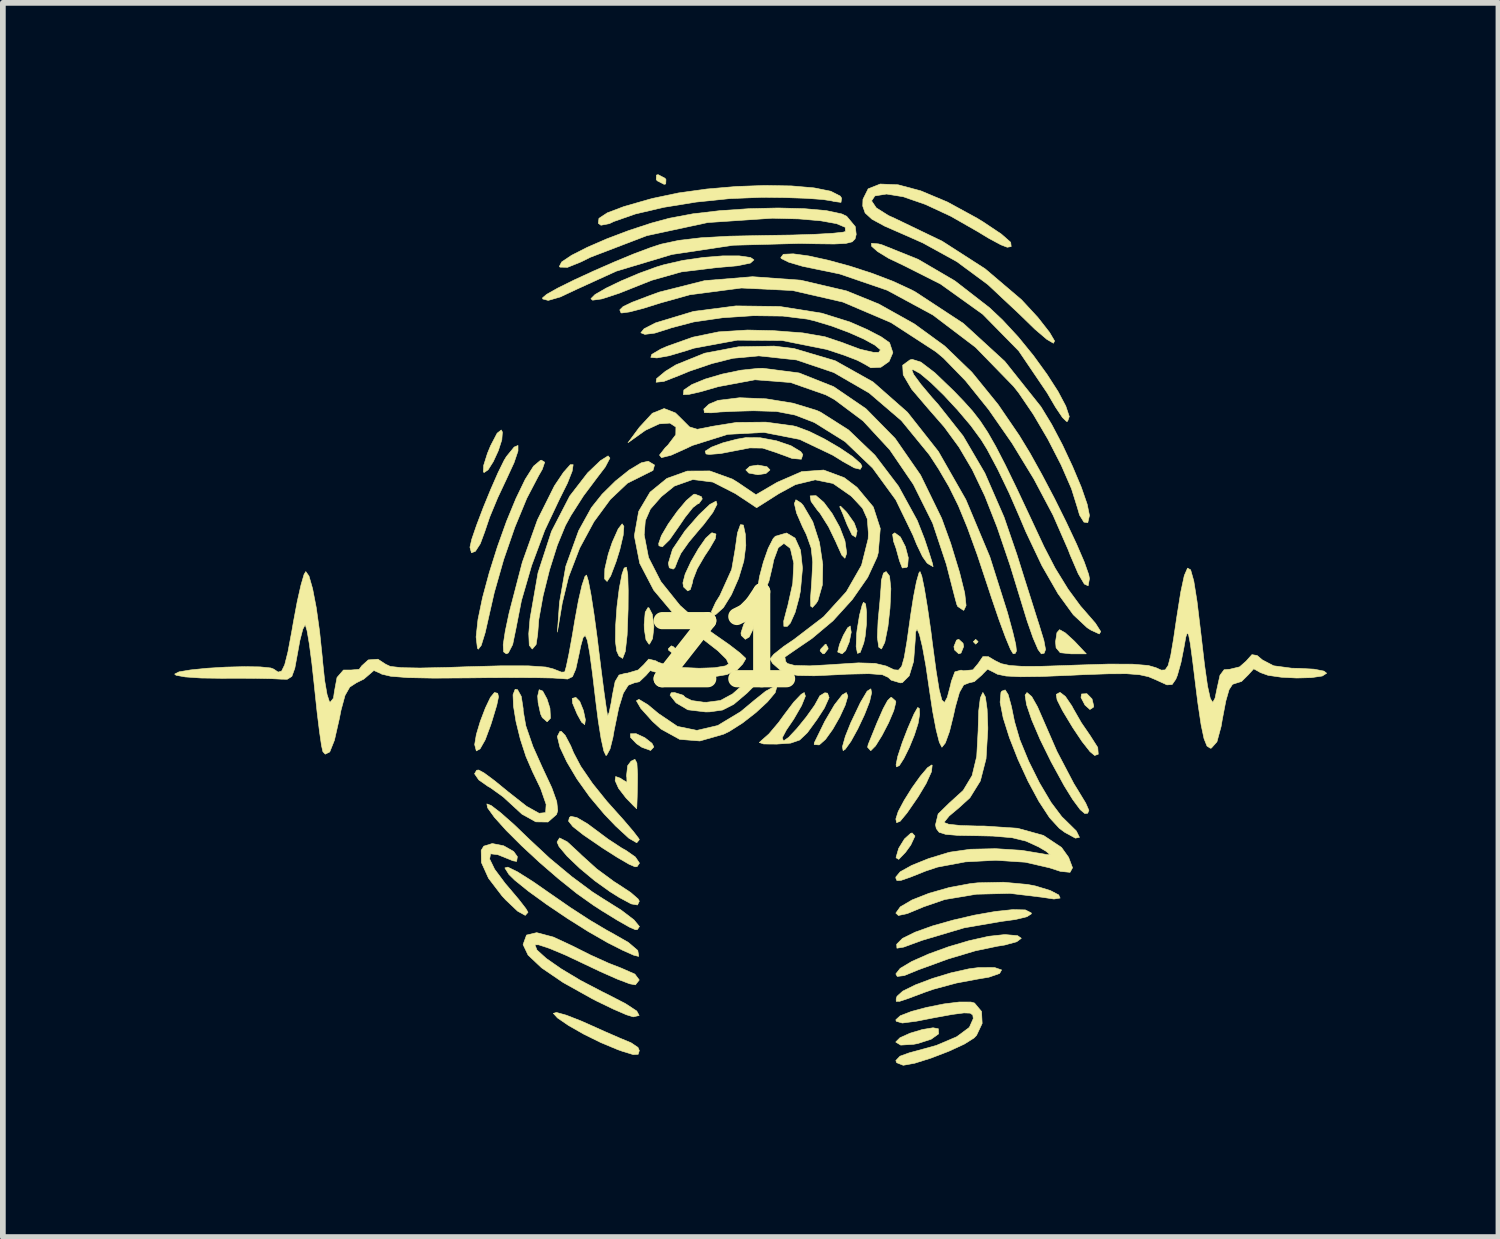
<source format=kicad_pcb>
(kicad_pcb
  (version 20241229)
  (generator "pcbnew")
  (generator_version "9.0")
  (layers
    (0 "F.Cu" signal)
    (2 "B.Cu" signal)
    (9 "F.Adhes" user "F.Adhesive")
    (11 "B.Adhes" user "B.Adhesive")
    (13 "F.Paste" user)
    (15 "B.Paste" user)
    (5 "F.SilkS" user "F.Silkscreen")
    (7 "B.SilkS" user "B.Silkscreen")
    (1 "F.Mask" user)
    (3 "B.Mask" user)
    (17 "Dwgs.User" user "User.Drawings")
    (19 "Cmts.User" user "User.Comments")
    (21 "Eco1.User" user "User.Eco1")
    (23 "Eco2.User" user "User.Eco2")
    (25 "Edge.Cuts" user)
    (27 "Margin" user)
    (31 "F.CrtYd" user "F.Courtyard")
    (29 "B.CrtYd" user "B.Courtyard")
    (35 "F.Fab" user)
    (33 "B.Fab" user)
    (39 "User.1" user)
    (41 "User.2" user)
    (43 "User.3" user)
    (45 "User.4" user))
  (footprint "z1"
    (layer "F.Cu")
    (at 9.657 8.133)
    (property "Reference" "z1" (at 0 0 0) (layer "F.SilkS") (effects (font (size 1.524 1.524) (thickness 0.3))))
    (attr through_hole)
    (fp_poly (pts (xy 4.403 0.042) (xy 4.36 0.085) (xy 4.318 0.042) (xy 4.36 0) (xy 4.403 0.042)) (stroke (width 0.01) (type solid)) (fill yes) (layer "F.SilkS"))
    (fp_poly (pts (xy -1.076 -8.066) (xy -1.058 -8.043) (xy -1.062 -7.965) (xy -1.091 -7.959) (xy -1.21 -8.02) (xy -1.228 -8.043) (xy -1.224 -8.121) (xy -1.195 -8.128) (xy -1.076 -8.066)) (stroke (width 0.01) (type solid)) (fill yes) (layer "F.SilkS"))
    (fp_poly (pts (xy -0.931 0.127) (xy -0.851 0.203) (xy -0.847 0.217) (xy -0.912 0.253) (xy -0.931 0.254) (xy -1.013 0.189) (xy -1.016 0.164) (xy -0.964 0.114) (xy -0.931 0.127)) (stroke (width 0.01) (type solid)) (fill yes) (layer "F.SilkS"))
    (fp_poly (pts (xy 0.709 -3.019) (xy 0.762 -2.963) (xy 0.69 -2.9) (xy 0.55 -2.879) (xy 0.391 -2.908) (xy 0.339 -2.963) (xy 0.411 -3.027) (xy 0.55 -3.048) (xy 0.709 -3.019)) (stroke (width 0.01) (type solid)) (fill yes) (layer "F.SilkS"))
    (fp_poly (pts (xy 1.777 0.15) (xy 1.778 0.169) (xy 1.713 0.251) (xy 1.688 0.254) (xy 1.638 0.202) (xy 1.651 0.169) (xy 1.727 0.089) (xy 1.741 0.085) (xy 1.777 0.15)) (stroke (width 0.01) (type solid)) (fill yes) (layer "F.SilkS"))
    (fp_poly (pts (xy 4.139 0.069) (xy 4.149 0.127) (xy 4.103 0.24) (xy 4.064 0.254) (xy 3.989 0.185) (xy 3.979 0.127) (xy 4.025 0.014) (xy 4.064 0) (xy 4.139 0.069)) (stroke (width 0.01) (type solid)) (fill yes) (layer "F.SilkS"))
    (fp_poly (pts (xy 6.395 1.043) (xy 6.425 1.168) (xy 6.42 1.187) (xy 6.358 1.228) (xy 6.271 1.15) (xy 6.202 1.017) (xy 6.212 0.956) (xy 6.305 0.951) (xy 6.395 1.043)) (stroke (width 0.01) (type solid)) (fill yes) (layer "F.SilkS"))
    (fp_poly (pts (xy -1.428 1.721) (xy -1.302 1.82) (xy -1.27 1.883) (xy -1.326 1.944) (xy -1.477 1.89) (xy -1.571 1.827) (xy -1.677 1.717) (xy -1.68 1.652) (xy -1.579 1.651) (xy -1.428 1.721)) (stroke (width 0.01) (type solid)) (fill yes) (layer "F.SilkS"))
    (fp_poly (pts (xy -3.214 0.905) (xy -3.139 1.043) (xy -3.087 1.206) (xy -3.078 1.381) (xy -3.136 1.443) (xy -3.221 1.369) (xy -3.251 1.305) (xy -3.294 1.108) (xy -3.302 0.992) (xy -3.276 0.881) (xy -3.214 0.905)) (stroke (width 0.01) (type solid)) (fill yes) (layer "F.SilkS"))
    (fp_poly (pts (xy -2.566 1.086) (xy -2.502 1.244) (xy -2.467 1.408) (xy -2.48 1.492) (xy -2.533 1.45) (xy -2.611 1.309) (xy -2.691 1.118) (xy -2.698 1.034) (xy -2.634 1.016) (xy -2.634 1.016) (xy -2.566 1.086)) (stroke (width 0.01) (type solid)) (fill yes) (layer "F.SilkS"))
    (fp_poly (pts (xy 0.502 -0.461) (xy 0.505 -0.409) (xy 0.476 -0.197) (xy 0.399 -0.041) (xy 0.33 0) (xy 0.26 -0.067) (xy 0.254 -0.111) (xy 0.302 -0.261) (xy 0.378 -0.386) (xy 0.471 -0.492) (xy 0.502 -0.461)) (stroke (width 0.01) (type solid)) (fill yes) (layer "F.SilkS"))
    (fp_poly (pts (xy 2.091 -2.235) (xy 2.11 -2.213) (xy 2.235 -2.036) (xy 2.286 -1.896) (xy 2.261 -1.786) (xy 2.197 -1.826) (xy 2.112 -2.002) (xy 2.033 -2.201) (xy 1.981 -2.319) (xy 1.995 -2.33) (xy 2.091 -2.235)) (stroke (width 0.01) (type solid)) (fill yes) (layer "F.SilkS"))
    (fp_poly (pts (xy 2.183 -0.124) (xy 2.148 0.047) (xy 2.084 0.199) (xy 2.023 0.254) (xy 1.948 0.223) (xy 1.947 0.217) (xy 1.977 0.091) (xy 2.045 -0.07) (xy 2.119 -0.2) (xy 2.165 -0.233) (xy 2.183 -0.124)) (stroke (width 0.01) (type solid)) (fill yes) (layer "F.SilkS"))
    (fp_poly (pts (xy 3.298 3.441) (xy 3.224 3.599) (xy 3.133 3.725) (xy 3.014 3.849) (xy 2.968 3.822) (xy 2.968 3.81) (xy 3.013 3.656) (xy 3.114 3.492) (xy 3.223 3.393) (xy 3.248 3.387) (xy 3.298 3.441)) (stroke (width 0.01) (type solid)) (fill yes) (layer "F.SilkS"))
    (fp_poly (pts (xy 5.927 -0.113) (xy 6.078 0.024) (xy 6.096 0.042) (xy 6.295 0.254) (xy 6.026 0.254) (xy 5.838 0.234) (xy 5.766 0.148) (xy 5.757 0.042) (xy 5.781 -0.117) (xy 5.827 -0.169) (xy 5.927 -0.113)) (stroke (width 0.01) (type solid)) (fill yes) (layer "F.SilkS"))
    (fp_poly (pts (xy 3.043 -1.79) (xy 3.13 -1.621) (xy 3.181 -1.427) (xy 3.17 -1.279) (xy 3.156 -1.259) (xy 3.076 -1.248) (xy 3.028 -1.37) (xy 2.966 -1.594) (xy 2.923 -1.714) (xy 2.907 -1.836) (xy 2.944 -1.863) (xy 3.043 -1.79)) (stroke (width 0.01) (type solid)) (fill yes) (layer "F.SilkS"))
    (fp_poly (pts (xy -3.919 -3.625) (xy -3.929 -3.489) (xy -3.99 -3.3) (xy -4.078 -3.109) (xy -4.169 -2.965) (xy -4.239 -2.917) (xy -4.252 -2.929) (xy -4.246 -3.045) (xy -4.18 -3.254) (xy -4.125 -3.387) (xy -4.011 -3.605) (xy -3.939 -3.662) (xy -3.919 -3.625)) (stroke (width 0.01) (type solid)) (fill yes) (layer "F.SilkS"))
    (fp_poly (pts (xy -1.355 -0.55) (xy -1.297 -0.438) (xy -1.27 -0.233) (xy -1.27 -0.207) (xy -1.292 -0.013) (xy -1.345 0.083) (xy -1.355 0.085) (xy -1.407 0.009) (xy -1.437 -0.179) (xy -1.439 -0.259) (xy -1.421 -0.474) (xy -1.373 -0.555) (xy -1.355 -0.55)) (stroke (width 0.01) (type solid)) (fill yes) (layer "F.SilkS"))
    (fp_poly (pts (xy 3.707 6.812) (xy 3.711 6.902) (xy 3.581 6.995) (xy 3.349 7.07) (xy 3.274 7.084) (xy 3.049 7.098) (xy 2.964 7.047) (xy 2.963 7.042) (xy 3.036 6.969) (xy 3.212 6.89) (xy 3.426 6.826) (xy 3.614 6.795) (xy 3.707 6.812)) (stroke (width 0.01) (type solid)) (fill yes) (layer "F.SilkS"))
    (fp_poly (pts (xy -1.794 -1.976) (xy -1.806 -1.82) (xy -1.865 -1.568) (xy -1.93 -1.359) (xy -2.025 -1.109) (xy -2.088 -1.012) (xy -2.129 -1.054) (xy -2.132 -1.065) (xy -2.127 -1.233) (xy -2.067 -1.491) (xy -1.998 -1.696) (xy -1.893 -1.932) (xy -1.824 -2.02) (xy -1.794 -1.976)) (stroke (width 0.01) (type solid)) (fill yes) (layer "F.SilkS"))
    (fp_poly (pts (xy 2.124 0.994) (xy 2.078 1.151) (xy 1.982 1.359) (xy 1.86 1.573) (xy 1.733 1.75) (xy 1.627 1.844) (xy 1.619 1.847) (xy 1.535 1.841) (xy 1.537 1.81) (xy 1.721 1.434) (xy 1.89 1.146) (xy 2.026 0.972) (xy 2.097 0.931) (xy 2.124 0.994)) (stroke (width 0.01) (type solid)) (fill yes) (layer "F.SilkS"))
    (fp_poly (pts (xy 2.434 -0.619) (xy 2.451 -0.474) (xy 2.449 -0.267) (xy 2.426 -0.05) (xy 2.402 0.064) (xy 2.34 0.23) (xy 2.292 0.246) (xy 2.269 0.129) (xy 2.278 -0.102) (xy 2.286 -0.168) (xy 2.328 -0.423) (xy 2.375 -0.602) (xy 2.398 -0.648) (xy 2.434 -0.619)) (stroke (width 0.01) (type solid)) (fill yes) (layer "F.SilkS"))
    (fp_poly (pts (xy 2.539 0.936) (xy 2.504 1.091) (xy 2.415 1.318) (xy 2.298 1.566) (xy 2.178 1.784) (xy 2.078 1.923) (xy 2.041 1.947) (xy 2.029 1.878) (xy 2.08 1.697) (xy 2.175 1.46) (xy 2.344 1.105) (xy 2.461 0.907) (xy 2.526 0.866) (xy 2.539 0.936)) (stroke (width 0.01) (type solid)) (fill yes) (layer "F.SilkS"))
    (fp_poly (pts (xy 3.374 1.21) (xy 3.379 1.312) (xy 3.353 1.47) (xy 3.287 1.676) (xy 3.198 1.894) (xy 3.104 2.084) (xy 3.024 2.209) (xy 2.975 2.231) (xy 2.967 2.195) (xy 2.996 2.05) (xy 3.076 1.806) (xy 3.171 1.56) (xy 3.282 1.304) (xy 3.346 1.192) (xy 3.374 1.21)) (stroke (width 0.01) (type solid)) (fill yes) (layer "F.SilkS"))
    (fp_poly (pts (xy 3.599 2.203) (xy 3.586 2.317) (xy 3.493 2.522) (xy 3.352 2.757) (xy 3.159 3.037) (xy 3.038 3.183) (xy 2.977 3.207) (xy 2.963 3.143) (xy 3.004 3.014) (xy 3.108 2.819) (xy 3.246 2.598) (xy 3.392 2.394) (xy 3.517 2.246) (xy 3.592 2.197) (xy 3.599 2.203)) (stroke (width 0.01) (type solid)) (fill yes) (layer "F.SilkS"))
    (fp_poly (pts (xy -1.726 -1.133) (xy -1.718 -0.851) (xy -1.72 -0.529) (xy -1.737 -0.075) (xy -1.769 0.212) (xy -1.816 0.334) (xy -1.88 0.292) (xy -1.919 0.205) (xy -1.942 0.035) (xy -1.938 -0.243) (xy -1.915 -0.571) (xy -1.875 -0.89) (xy -1.826 -1.142) (xy -1.789 -1.247) (xy -1.75 -1.262) (xy -1.726 -1.133)) (stroke (width 0.01) (type solid)) (fill yes) (layer "F.SilkS"))
    (fp_poly (pts (xy 2.853 -1.106) (xy 2.876 -0.885) (xy 2.861 -0.546) (xy 2.825 -0.223) (xy 2.77 0.052) (xy 2.712 0.169) (xy 2.664 0.137) (xy 2.64 -0.034) (xy 2.653 -0.333) (xy 2.655 -0.351) (xy 2.684 -0.655) (xy 2.704 -0.908) (xy 2.709 -1.028) (xy 2.747 -1.159) (xy 2.794 -1.185) (xy 2.853 -1.106)) (stroke (width 0.01) (type solid)) (fill yes) (layer "F.SilkS"))
    (fp_poly (pts (xy 2.961 1.081) (xy 2.963 1.102) (xy 2.927 1.247) (xy 2.837 1.459) (xy 2.721 1.682) (xy 2.609 1.863) (xy 2.527 1.946) (xy 2.522 1.947) (xy 2.469 1.888) (xy 2.479 1.841) (xy 2.634 1.459) (xy 2.743 1.211) (xy 2.818 1.073) (xy 2.872 1.019) (xy 2.888 1.016) (xy 2.961 1.081)) (stroke (width 0.01) (type solid)) (fill yes) (layer "F.SilkS"))
    (fp_poly (pts (xy -4.001 0.944) (xy -3.987 1.006) (xy -4.017 1.151) (xy -4.096 1.413) (xy -4.122 1.495) (xy -4.22 1.759) (xy -4.31 1.917) (xy -4.375 1.952) (xy -4.403 1.846) (xy -4.403 1.835) (xy -4.375 1.666) (xy -4.306 1.436) (xy -4.216 1.2) (xy -4.127 1.014) (xy -4.059 0.932) (xy -4.056 0.931) (xy -4.001 0.944)) (stroke (width 0.01) (type solid)) (fill yes) (layer "F.SilkS"))
    (fp_poly (pts (xy -0.164 -2.364) (xy -0.238 -2.219) (xy -0.403 -2.001) (xy -0.464 -1.932) (xy -0.658 -1.7) (xy -0.796 -1.505) (xy -0.847 -1.393) (xy -0.902 -1.253) (xy -0.931 -1.228) (xy -1 -1.251) (xy -1.016 -1.331) (xy -0.943 -1.574) (xy -0.724 -1.899) (xy -0.482 -2.177) (xy -0.288 -2.361) (xy -0.181 -2.417) (xy -0.164 -2.364)) (stroke (width 0.01) (type solid)) (fill yes) (layer "F.SilkS"))
    (fp_poly (pts (xy 0.296 -1.999) (xy 0.331 -1.836) (xy 0.339 -1.641) (xy 0.304 -1.369) (xy 0.213 -1.067) (xy 0.087 -0.78) (xy -0.053 -0.554) (xy -0.187 -0.433) (xy -0.226 -0.423) (xy -0.265 -0.479) (xy -0.188 -0.648) (xy -0.114 -0.767) (xy 0.092 -1.223) (xy 0.152 -1.571) (xy 0.193 -1.861) (xy 0.245 -2.006) (xy 0.296 -1.999)) (stroke (width 0.01) (type solid)) (fill yes) (layer "F.SilkS"))
    (fp_poly (pts (xy -0.438 -2.495) (xy -0.423 -2.455) (xy -0.483 -2.373) (xy -0.501 -2.371) (xy -0.587 -2.305) (xy -0.722 -2.136) (xy -0.819 -1.993) (xy -0.996 -1.74) (xy -1.12 -1.618) (xy -1.181 -1.636) (xy -1.185 -1.677) (xy -1.137 -1.815) (xy -1.017 -2.019) (xy -0.86 -2.239) (xy -0.703 -2.426) (xy -0.58 -2.531) (xy -0.552 -2.54) (xy -0.438 -2.495)) (stroke (width 0.01) (type solid)) (fill yes) (layer "F.SilkS"))
    (fp_poly (pts (xy -0.183 -1.842) (xy -0.194 -1.761) (xy -0.293 -1.59) (xy -0.381 -1.458) (xy -0.512 -1.233) (xy -0.586 -1.042) (xy -0.593 -0.996) (xy -0.632 -0.87) (xy -0.677 -0.847) (xy -0.75 -0.916) (xy -0.762 -0.987) (xy -0.722 -1.141) (xy -0.621 -1.358) (xy -0.49 -1.585) (xy -0.361 -1.77) (xy -0.262 -1.86) (xy -0.25 -1.863) (xy -0.183 -1.842)) (stroke (width 0.01) (type solid)) (fill yes) (layer "F.SilkS"))
    (fp_poly (pts (xy 1.703 -2.396) (xy 1.849 -2.2) (xy 1.981 -1.962) (xy 2.073 -1.722) (xy 2.102 -1.519) (xy 2.1 -1.496) (xy 2.072 -1.418) (xy 2.018 -1.472) (xy 1.927 -1.673) (xy 1.919 -1.693) (xy 1.787 -1.967) (xy 1.639 -2.202) (xy 1.587 -2.264) (xy 1.48 -2.413) (xy 1.464 -2.508) (xy 1.465 -2.509) (xy 1.567 -2.513) (xy 1.703 -2.396)) (stroke (width 0.01) (type solid)) (fill yes) (layer "F.SilkS"))
    (fp_poly (pts (xy 5.929 1) (xy 6.043 1.167) (xy 6.063 1.206) (xy 6.208 1.459) (xy 6.361 1.682) (xy 6.362 1.684) (xy 6.495 1.892) (xy 6.504 2.01) (xy 6.441 2.032) (xy 6.36 1.965) (xy 6.223 1.791) (xy 6.06 1.548) (xy 5.878 1.246) (xy 5.784 1.059) (xy 5.769 0.963) (xy 5.826 0.932) (xy 5.84 0.931) (xy 5.929 1)) (stroke (width 0.01) (type solid)) (fill yes) (layer "F.SilkS"))
    (fp_poly (pts (xy 5.228 4.733) (xy 5.331 4.785) (xy 5.334 4.802) (xy 5.257 4.852) (xy 5.056 4.901) (xy 4.793 4.937) (xy 4.158 5.047) (xy 3.422 5.266) (xy 3.1 5.384) (xy 2.982 5.403) (xy 2.978 5.333) (xy 3.08 5.231) (xy 3.302 5.122) (xy 3.609 5.012) (xy 3.967 4.911) (xy 4.342 4.824) (xy 4.7 4.761) (xy 5.007 4.728) (xy 5.228 4.733)) (stroke (width 0.01) (type solid)) (fill yes) (layer "F.SilkS"))
    (fp_poly (pts (xy -3.646 -3.294) (xy -3.715 -3.09) (xy -3.843 -2.812) (xy -4.002 -2.474) (xy -4.141 -2.139) (xy -4.228 -1.881) (xy -4.306 -1.671) (xy -4.391 -1.54) (xy -4.46 -1.513) (xy -4.487 -1.611) (xy -4.455 -1.75) (xy -4.371 -1.995) (xy -4.254 -2.303) (xy -4.122 -2.625) (xy -3.994 -2.917) (xy -3.888 -3.132) (xy -3.849 -3.196) (xy -3.713 -3.363) (xy -3.646 -3.391) (xy -3.646 -3.294)) (stroke (width 0.01) (type solid)) (fill yes) (layer "F.SilkS"))
    (fp_poly (pts (xy -2.8 6.575) (xy -2.54 6.677) (xy -2.44 6.721) (xy -2.128 6.861) (xy -1.862 6.977) (xy -1.691 7.048) (xy -1.672 7.055) (xy -1.547 7.139) (xy -1.524 7.194) (xy -1.544 7.259) (xy -1.631 7.264) (xy -1.824 7.205) (xy -1.902 7.177) (xy -2.193 7.056) (xy -2.493 6.908) (xy -2.762 6.755) (xy -2.955 6.623) (xy -3.028 6.543) (xy -2.973 6.527) (xy -2.8 6.575)) (stroke (width 0.01) (type solid)) (fill yes) (layer "F.SilkS"))
    (fp_poly (pts (xy -2.785 3.542) (xy -2.56 3.75) (xy -2.535 3.775) (xy -2.27 4.015) (xy -1.966 4.239) (xy -1.884 4.291) (xy -1.676 4.428) (xy -1.546 4.541) (xy -1.524 4.58) (xy -1.556 4.647) (xy -1.666 4.628) (xy -1.876 4.515) (xy -2.037 4.414) (xy -2.305 4.222) (xy -2.566 4.005) (xy -2.786 3.795) (xy -2.928 3.626) (xy -2.963 3.546) (xy -2.919 3.474) (xy -2.785 3.542)) (stroke (width 0.01) (type solid)) (fill yes) (layer "F.SilkS"))
    (fp_poly (pts (xy -2.617 3.118) (xy -2.435 3.224) (xy -2.317 3.311) (xy -2.069 3.496) (xy -1.831 3.652) (xy -1.757 3.693) (xy -1.593 3.808) (xy -1.521 3.915) (xy -1.563 3.976) (xy -1.599 3.979) (xy -1.702 3.935) (xy -1.902 3.819) (xy -2.16 3.655) (xy -2.191 3.634) (xy -2.502 3.421) (xy -2.686 3.276) (xy -2.762 3.181) (xy -2.747 3.117) (xy -2.721 3.097) (xy -2.617 3.118)) (stroke (width 0.01) (type solid)) (fill yes) (layer "F.SilkS"))
    (fp_poly (pts (xy -1.258 -3.049) (xy -1.285 -2.954) (xy -1.435 -2.879) (xy -1.731 -2.731) (xy -2.032 -2.446) (xy -2.318 -2.057) (xy -2.568 -1.594) (xy -2.762 -1.088) (xy -2.872 -0.635) (xy -2.957 -0.127) (xy -2.92 -0.647) (xy -2.81 -1.278) (xy -2.585 -1.9) (xy -2.361 -2.305) (xy -2.175 -2.538) (xy -1.942 -2.768) (xy -1.7 -2.962) (xy -1.491 -3.087) (xy -1.368 -3.115) (xy -1.258 -3.049)) (stroke (width 0.01) (type solid)) (fill yes) (layer "F.SilkS"))
    (fp_poly (pts (xy 4.693 5.742) (xy 4.813 5.783) (xy 4.778 5.845) (xy 4.591 5.91) (xy 4.395 5.943) (xy 4.025 6.012) (xy 3.628 6.119) (xy 3.463 6.176) (xy 3.184 6.281) (xy 3.031 6.332) (xy 2.97 6.333) (xy 2.969 6.289) (xy 2.984 6.244) (xy 3.084 6.154) (xy 3.305 6.045) (xy 3.602 5.933) (xy 3.928 5.834) (xy 4.241 5.764) (xy 4.417 5.741) (xy 4.693 5.742)) (stroke (width 0.01) (type solid)) (fill yes) (layer "F.SilkS"))
    (fp_poly (pts (xy 5.094 5.184) (xy 5.158 5.23) (xy 5.078 5.29) (xy 4.866 5.348) (xy 4.735 5.369) (xy 4.353 5.449) (xy 3.875 5.592) (xy 3.352 5.783) (xy 3.111 5.882) (xy 2.988 5.897) (xy 2.963 5.853) (xy 3.04 5.755) (xy 3.244 5.634) (xy 3.538 5.504) (xy 3.885 5.378) (xy 4.247 5.271) (xy 4.586 5.195) (xy 4.864 5.165) (xy 4.877 5.165) (xy 5.094 5.184)) (stroke (width 0.01) (type solid)) (fill yes) (layer "F.SilkS"))
    (fp_poly (pts (xy 5.34 1.002) (xy 5.441 1.18) (xy 5.471 1.249) (xy 5.781 1.96) (xy 6.076 2.523) (xy 6.143 2.632) (xy 6.285 2.866) (xy 6.34 2.992) (xy 6.319 3.042) (xy 6.269 3.048) (xy 6.189 2.98) (xy 6.057 2.802) (xy 5.908 2.561) (xy 5.68 2.144) (xy 5.487 1.752) (xy 5.34 1.409) (xy 5.249 1.141) (xy 5.224 0.975) (xy 5.257 0.931) (xy 5.34 1.002)) (stroke (width 0.01) (type solid)) (fill yes) (layer "F.SilkS"))
    (fp_poly (pts (xy -2.699 -2.94) (xy -2.782 -2.73) (xy -2.922 -2.449) (xy -3.179 -1.905) (xy -3.408 -1.29) (xy -3.586 -0.677) (xy -3.681 -0.191) (xy -3.739 0.091) (xy -3.815 0.238) (xy -3.851 0.254) (xy -3.898 0.219) (xy -3.905 0.095) (xy -3.869 -0.142) (xy -3.802 -0.459) (xy -3.571 -1.346) (xy -3.305 -2.091) (xy -3.009 -2.684) (xy -2.85 -2.921) (xy -2.731 -3.055) (xy -2.681 -3.055) (xy -2.699 -2.94)) (stroke (width 0.01) (type solid)) (fill yes) (layer "F.SilkS"))
    (fp_poly (pts (xy -1.566 2.165) (xy -1.555 2.359) (xy -1.556 2.498) (xy -1.561 2.753) (xy -1.567 2.922) (xy -1.571 2.963) (xy -1.627 2.909) (xy -1.754 2.778) (xy -1.763 2.767) (xy -1.887 2.606) (xy -1.947 2.471) (xy -1.938 2.4) (xy -1.851 2.431) (xy -1.827 2.45) (xy -1.74 2.501) (xy -1.743 2.413) (xy -1.748 2.391) (xy -1.728 2.211) (xy -1.669 2.132) (xy -1.601 2.099) (xy -1.566 2.165)) (stroke (width 0.01) (type solid)) (fill yes) (layer "F.SilkS"))
    (fp_poly (pts (xy 0.591 -3.526) (xy 0.874 -3.473) (xy 1.129 -3.386) (xy 1.3 -3.283) (xy 1.336 -3.232) (xy 1.31 -3.15) (xy 1.148 -3.164) (xy 0.856 -3.272) (xy 0.855 -3.272) (xy 0.632 -3.345) (xy 0.407 -3.348) (xy 0.159 -3.3) (xy -0.1 -3.25) (xy -0.3 -3.234) (xy -0.357 -3.242) (xy -0.372 -3.291) (xy -0.26 -3.362) (xy -0.062 -3.437) (xy 0.184 -3.501) (xy 0.339 -3.528) (xy 0.591 -3.526)) (stroke (width 0.01) (type solid)) (fill yes) (layer "F.SilkS"))
    (fp_poly (pts (xy 1.308 -2.382) (xy 1.343 -2.342) (xy 1.51 -2.057) (xy 1.627 -1.694) (xy 1.685 -1.308) (xy 1.678 -0.951) (xy 1.6 -0.677) (xy 1.57 -0.63) (xy 1.505 -0.558) (xy 1.474 -0.58) (xy 1.471 -0.72) (xy 1.491 -1.003) (xy 1.492 -1.016) (xy 1.509 -1.351) (xy 1.482 -1.598) (xy 1.398 -1.833) (xy 1.33 -1.97) (xy 1.226 -2.21) (xy 1.188 -2.375) (xy 1.215 -2.441) (xy 1.308 -2.382)) (stroke (width 0.01) (type solid)) (fill yes) (layer "F.SilkS"))
    (fp_poly (pts (xy 5.267 4.288) (xy 5.407 4.315) (xy 5.665 4.394) (xy 5.812 4.471) (xy 5.837 4.526) (xy 5.729 4.543) (xy 5.524 4.512) (xy 4.961 4.444) (xy 4.371 4.459) (xy 3.818 4.552) (xy 3.449 4.679) (xy 3.165 4.797) (xy 3.008 4.831) (xy 2.963 4.789) (xy 3.041 4.68) (xy 3.247 4.559) (xy 3.545 4.442) (xy 3.896 4.342) (xy 4.261 4.274) (xy 4.398 4.259) (xy 4.844 4.249) (xy 5.267 4.288)) (stroke (width 0.01) (type solid)) (fill yes) (layer "F.SilkS"))
    (fp_poly (pts (xy -2.82 1.681) (xy -2.724 1.863) (xy -2.675 1.982) (xy -2.549 2.221) (xy -2.342 2.523) (xy -2.093 2.832) (xy -2.028 2.905) (xy -1.803 3.156) (xy -1.629 3.36) (xy -1.534 3.484) (xy -1.524 3.505) (xy -1.569 3.559) (xy -1.707 3.479) (xy -1.939 3.265) (xy -2.136 3.059) (xy -2.391 2.756) (xy -2.615 2.442) (xy -2.793 2.142) (xy -2.913 1.886) (xy -2.958 1.7) (xy -2.914 1.612) (xy -2.89 1.609) (xy -2.82 1.681)) (stroke (width 0.01) (type solid)) (fill yes) (layer "F.SilkS"))
    (fp_poly (pts (xy 0.421 -6.679) (xy 0.481 -6.637) (xy 0.419 -6.581) (xy 0.192 -6.534) (xy -0.191 -6.5) (xy -0.788 -6.427) (xy -1.307 -6.28) (xy -1.443 -6.226) (xy -1.875 -6.054) (xy -2.177 -5.955) (xy -2.341 -5.932) (xy -2.371 -5.958) (xy -2.298 -6.031) (xy -2.106 -6.142) (xy -1.836 -6.272) (xy -1.528 -6.402) (xy -1.223 -6.513) (xy -1.097 -6.551) (xy -0.768 -6.627) (xy -0.411 -6.679) (xy -0.067 -6.707) (xy 0.224 -6.707) (xy 0.421 -6.679)) (stroke (width 0.01) (type solid)) (fill yes) (layer "F.SilkS"))
    (fp_poly (pts (xy -3.656 4.067) (xy -3.382 4.24) (xy -3.074 4.454) (xy -2.732 4.691) (xy -2.388 4.914) (xy -2.1 5.085) (xy -2.017 5.13) (xy -1.716 5.302) (xy -1.551 5.443) (xy -1.534 5.542) (xy -1.538 5.546) (xy -1.623 5.525) (xy -1.814 5.44) (xy -2.073 5.309) (xy -2.087 5.301) (xy -2.418 5.111) (xy -2.783 4.881) (xy -3.145 4.637) (xy -3.465 4.405) (xy -3.704 4.212) (xy -3.804 4.114) (xy -3.876 3.999) (xy -3.824 3.985) (xy -3.656 4.067)) (stroke (width 0.01) (type solid)) (fill yes) (layer "F.SilkS"))
    (fp_poly (pts (xy -3.179 -3.098) (xy -3.221 -2.974) (xy -3.288 -2.857) (xy -3.492 -2.467) (xy -3.701 -1.961) (xy -3.897 -1.394) (xy -4.061 -0.818) (xy -4.136 -0.488) (xy -4.22 -0.117) (xy -4.289 0.106) (xy -4.341 0.173) (xy -4.356 0.154) (xy -4.379 -0.041) (xy -4.346 -0.347) (xy -4.266 -0.731) (xy -4.149 -1.165) (xy -4.006 -1.619) (xy -3.847 -2.063) (xy -3.681 -2.465) (xy -3.52 -2.798) (xy -3.374 -3.029) (xy -3.252 -3.131) (xy -3.236 -3.133) (xy -3.179 -3.098)) (stroke (width 0.01) (type solid)) (fill yes) (layer "F.SilkS"))
    (fp_poly (pts (xy -2.038 -3.17) (xy -2.12 -3.014) (xy -2.272 -2.815) (xy -2.501 -2.509) (xy -2.719 -2.168) (xy -2.817 -1.99) (xy -2.959 -1.644) (xy -3.095 -1.212) (xy -3.208 -0.759) (xy -3.282 -0.347) (xy -3.302 -0.089) (xy -3.329 0.091) (xy -3.395 0.169) (xy -3.398 0.169) (xy -3.449 0.105) (xy -3.458 -0.098) (xy -3.436 -0.36) (xy -3.296 -1.163) (xy -3.06 -1.888) (xy -2.741 -2.506) (xy -2.428 -2.911) (xy -2.204 -3.125) (xy -2.07 -3.209) (xy -2.038 -3.17)) (stroke (width 0.01) (type solid)) (fill yes) (layer "F.SilkS"))
    (fp_poly (pts (xy 0.881 0.834) (xy 0.853 0.933) (xy 0.719 1.093) (xy 0.516 1.281) (xy 0.281 1.464) (xy 0.05 1.611) (xy -0.049 1.659) (xy -0.464 1.778) (xy -0.818 1.75) (xy -1.146 1.569) (xy -1.292 1.437) (xy -1.498 1.208) (xy -1.575 1.075) (xy -1.531 1.05) (xy -1.375 1.144) (xy -1.187 1.3) (xy -0.857 1.523) (xy -0.517 1.593) (xy -0.153 1.508) (xy 0.247 1.267) (xy 0.492 1.063) (xy 0.687 0.907) (xy 0.831 0.829) (xy 0.881 0.834)) (stroke (width 0.01) (type solid)) (fill yes) (layer "F.SilkS"))
    (fp_poly (pts (xy -3.896 3.612) (xy -3.722 3.711) (xy -3.657 3.802) (xy -3.67 3.885) (xy -3.735 3.874) (xy -3.917 3.8) (xy -4 3.767) (xy -4.126 3.752) (xy -4.142 3.843) (xy -4.055 4.022) (xy -3.87 4.27) (xy -3.81 4.34) (xy -3.631 4.552) (xy -3.508 4.711) (xy -3.471 4.775) (xy -3.519 4.829) (xy -3.653 4.755) (xy -3.859 4.56) (xy -3.925 4.489) (xy -4.162 4.179) (xy -4.286 3.904) (xy -4.29 3.692) (xy -4.245 3.618) (xy -4.096 3.572) (xy -3.896 3.612)) (stroke (width 0.01) (type solid)) (fill yes) (layer "F.SilkS"))
    (fp_poly (pts (xy 0.636 0.631) (xy 0.512 0.788) (xy 0.363 0.938) (xy 0.128 1.137) (xy -0.068 1.237) (xy -0.292 1.269) (xy -0.365 1.27) (xy -0.675 1.233) (xy -0.876 1.114) (xy -0.889 1.101) (xy -0.986 0.978) (xy -0.966 0.935) (xy -0.907 0.931) (xy -0.757 0.978) (xy -0.72 1.016) (xy -0.608 1.071) (xy -0.399 1.1) (xy -0.347 1.101) (xy -0.106 1.07) (xy 0.107 0.955) (xy 0.288 0.795) (xy 0.475 0.634) (xy 0.615 0.549) (xy 0.661 0.548) (xy 0.636 0.631)) (stroke (width 0.01) (type solid)) (fill yes) (layer "F.SilkS"))
    (fp_poly (pts (xy 4.928 0.967) (xy 4.985 1.175) (xy 5.039 1.439) (xy 5.131 1.755) (xy 5.285 2.129) (xy 5.476 2.512) (xy 5.678 2.853) (xy 5.865 3.102) (xy 5.926 3.161) (xy 6.12 3.352) (xy 6.175 3.464) (xy 6.104 3.478) (xy 5.919 3.377) (xy 5.823 3.306) (xy 5.652 3.12) (xy 5.465 2.834) (xy 5.276 2.483) (xy 5.1 2.101) (xy 4.95 1.72) (xy 4.841 1.375) (xy 4.787 1.1) (xy 4.802 0.928) (xy 4.818 0.906) (xy 4.876 0.885) (xy 4.928 0.967)) (stroke (width 0.01) (type solid)) (fill yes) (layer "F.SilkS"))
    (fp_poly (pts (xy -4.117 2.906) (xy -3.951 3.033) (xy -3.716 3.24) (xy -3.448 3.498) (xy -3.093 3.829) (xy -2.707 4.15) (xy -2.346 4.418) (xy -2.165 4.534) (xy -1.837 4.74) (xy -1.618 4.907) (xy -1.522 5.024) (xy -1.559 5.078) (xy -1.591 5.08) (xy -1.693 5.036) (xy -1.9 4.919) (xy -2.175 4.75) (xy -2.328 4.651) (xy -2.617 4.446) (xy -2.937 4.189) (xy -3.266 3.905) (xy -3.579 3.615) (xy -3.851 3.344) (xy -4.058 3.114) (xy -4.177 2.949) (xy -4.191 2.879) (xy -4.117 2.906)) (stroke (width 0.01) (type solid)) (fill yes) (layer "F.SilkS"))
    (fp_poly (pts (xy 2.659 -6.917) (xy 2.72 -6.901) (xy 3.352 -6.647) (xy 3.996 -6.27) (xy 4.602 -5.8) (xy 4.827 -5.588) (xy 5.103 -5.29) (xy 5.369 -4.964) (xy 5.606 -4.637) (xy 5.801 -4.334) (xy 5.936 -4.079) (xy 5.997 -3.897) (xy 5.968 -3.814) (xy 5.948 -3.811) (xy 5.878 -3.88) (xy 5.757 -4.06) (xy 5.61 -4.311) (xy 5.113 -5.045) (xy 4.483 -5.686) (xy 3.744 -6.215) (xy 3.093 -6.543) (xy 2.835 -6.666) (xy 2.644 -6.783) (xy 2.539 -6.876) (xy 2.537 -6.927) (xy 2.659 -6.917)) (stroke (width 0.01) (type solid)) (fill yes) (layer "F.SilkS"))
    (fp_poly (pts (xy 1.138 -7.931) (xy 1.531 -7.897) (xy 1.825 -7.838) (xy 1.991 -7.753) (xy 2.014 -7.717) (xy 2.004 -7.643) (xy 1.874 -7.66) (xy 1.852 -7.667) (xy 1.69 -7.693) (xy 1.401 -7.714) (xy 1.026 -7.727) (xy 0.635 -7.732) (xy 0.059 -7.709) (xy -0.533 -7.648) (xy -1.099 -7.556) (xy -1.594 -7.44) (xy -1.974 -7.307) (xy -2.048 -7.271) (xy -2.195 -7.243) (xy -2.241 -7.277) (xy -2.23 -7.364) (xy -2.084 -7.46) (xy -1.793 -7.57) (xy -1.346 -7.698) (xy -1.289 -7.713) (xy -0.839 -7.808) (xy -0.343 -7.877) (xy 0.172 -7.921) (xy 0.675 -7.939) (xy 1.138 -7.931)) (stroke (width 0.01) (type solid)) (fill yes) (layer "F.SilkS"))
    (fp_poly (pts (xy 1.2 -1.771) (xy 1.296 -1.559) (xy 1.33 -1.244) (xy 1.294 -0.846) (xy 1.273 -0.736) (xy 1.202 -0.472) (xy 1.118 -0.284) (xy 1.064 -0.226) (xy 1.004 -0.227) (xy 1.002 -0.32) (xy 1.058 -0.536) (xy 1.069 -0.57) (xy 1.16 -0.979) (xy 1.178 -1.33) (xy 1.121 -1.578) (xy 1.109 -1.598) (xy 1.005 -1.677) (xy 0.906 -1.601) (xy 0.826 -1.384) (xy 0.808 -1.289) (xy 0.744 -1.019) (xy 0.665 -0.829) (xy 0.587 -0.755) (xy 0.56 -0.767) (xy 0.544 -0.881) (xy 0.578 -1.095) (xy 0.646 -1.351) (xy 0.731 -1.593) (xy 0.818 -1.763) (xy 0.856 -1.803) (xy 1.051 -1.86) (xy 1.2 -1.771)) (stroke (width 0.01) (type solid)) (fill yes) (layer "F.SilkS"))
    (fp_poly (pts (xy 1.381 0.994) (xy 1.314 1.16) (xy 1.177 1.397) (xy 1.048 1.587) (xy 0.976 1.723) (xy 0.998 1.778) (xy 1.088 1.715) (xy 1.234 1.559) (xy 1.398 1.357) (xy 1.542 1.155) (xy 1.627 1.001) (xy 1.631 0.99) (xy 1.721 0.935) (xy 1.768 0.942) (xy 1.796 1.019) (xy 1.714 1.201) (xy 1.586 1.399) (xy 1.415 1.634) (xy 1.28 1.762) (xy 1.123 1.816) (xy 0.89 1.832) (xy 0.886 1.833) (xy 0.652 1.831) (xy 0.575 1.805) (xy 0.617 1.766) (xy 0.744 1.654) (xy 0.914 1.452) (xy 1.018 1.309) (xy 1.177 1.099) (xy 1.308 0.962) (xy 1.361 0.931) (xy 1.381 0.994)) (stroke (width 0.01) (type solid)) (fill yes) (layer "F.SilkS"))
    (fp_poly (pts (xy 4.278 6.345) (xy 4.339 6.362) (xy 4.462 6.509) (xy 4.473 6.719) (xy 4.375 6.927) (xy 4.33 6.974) (xy 4.16 7.081) (xy 3.889 7.206) (xy 3.579 7.325) (xy 3.293 7.415) (xy 3.094 7.451) (xy 3.092 7.451) (xy 2.978 7.406) (xy 2.963 7.368) (xy 3.036 7.292) (xy 3.196 7.234) (xy 3.671 7.104) (xy 4.028 6.952) (xy 4.249 6.788) (xy 4.318 6.634) (xy 4.309 6.572) (xy 4.264 6.539) (xy 4.155 6.535) (xy 3.954 6.561) (xy 3.635 6.619) (xy 3.323 6.68) (xy 3.076 6.712) (xy 2.97 6.681) (xy 2.963 6.655) (xy 3.04 6.585) (xy 3.237 6.509) (xy 3.507 6.437) (xy 3.802 6.378) (xy 4.075 6.344) (xy 4.278 6.345)) (stroke (width 0.01) (type solid)) (fill yes) (layer "F.SilkS"))
    (fp_poly (pts (xy 0.694 -4.207) (xy 1.167 -4.13) (xy 1.579 -4.004) (xy 1.647 -3.973) (xy 2.135 -3.663) (xy 2.598 -3.22) (xy 3.009 -2.679) (xy 3.338 -2.078) (xy 3.464 -1.757) (xy 3.549 -1.502) (xy 3.604 -1.326) (xy 3.615 -1.271) (xy 3.542 -1.312) (xy 3.509 -1.335) (xy 3.431 -1.445) (xy 3.328 -1.659) (xy 3.263 -1.82) (xy 2.963 -2.439) (xy 2.556 -2.997) (xy 2.074 -3.458) (xy 1.547 -3.787) (xy 1.534 -3.794) (xy 1.2 -3.923) (xy 0.876 -3.986) (xy 0.476 -3.998) (xy 0.47 -3.998) (xy 0.153 -3.989) (xy -0.107 -3.977) (xy -0.253 -3.963) (xy -0.254 -3.962) (xy -0.385 -3.965) (xy -0.396 -4.028) (xy -0.305 -4.113) (xy -0.149 -4.179) (xy 0.232 -4.226) (xy 0.694 -4.207)) (stroke (width 0.01) (type solid)) (fill yes) (layer "F.SilkS"))
    (fp_poly (pts (xy -3.025 5.209) (xy -2.699 5.361) (xy -2.376 5.523) (xy -2.062 5.665) (xy -1.841 5.751) (xy -1.602 5.856) (xy -1.525 5.959) (xy -1.592 6.044) (xy -1.692 6.026) (xy -1.908 5.944) (xy -2.206 5.812) (xy -2.484 5.68) (xy -2.821 5.521) (xy -3.099 5.405) (xy -3.287 5.343) (xy -3.35 5.343) (xy -3.314 5.435) (xy -3.152 5.582) (xy -2.889 5.765) (xy -2.552 5.967) (xy -2.167 6.168) (xy -2.117 6.192) (xy -1.767 6.372) (xy -1.569 6.502) (xy -1.527 6.58) (xy -1.63 6.604) (xy -1.751 6.567) (xy -1.977 6.469) (xy -2.267 6.329) (xy -2.35 6.286) (xy -2.857 6.003) (xy -3.234 5.746) (xy -3.47 5.523) (xy -3.556 5.342) (xy -3.556 5.336) (xy -3.497 5.173) (xy -3.319 5.131) (xy -3.025 5.209)) (stroke (width 0.01) (type solid)) (fill yes) (layer "F.SilkS"))
    (fp_poly (pts (xy -3.654 0.881) (xy -3.589 0.998) (xy -3.556 1.21) (xy -3.555 1.254) (xy -3.509 1.515) (xy -3.385 1.875) (xy -3.222 2.239) (xy -3.055 2.596) (xy -2.968 2.839) (xy -2.951 2.997) (xy -2.972 3.064) (xy -3.122 3.196) (xy -3.334 3.193) (xy -3.576 3.059) (xy -3.688 2.956) (xy -3.907 2.755) (xy -4.131 2.594) (xy -4.17 2.573) (xy -4.332 2.459) (xy -4.406 2.352) (xy -4.369 2.29) (xy -4.334 2.286) (xy -4.24 2.337) (xy -4.058 2.472) (xy -3.826 2.661) (xy -3.819 2.667) (xy -3.496 2.921) (xy -3.277 3.043) (xy -3.163 3.031) (xy -3.154 2.887) (xy -3.25 2.61) (xy -3.391 2.317) (xy -3.507 2.049) (xy -3.606 1.744) (xy -3.681 1.439) (xy -3.725 1.169) (xy -3.733 0.969) (xy -3.696 0.874) (xy -3.654 0.881)) (stroke (width 0.01) (type solid)) (fill yes) (layer "F.SilkS"))
    (fp_poly (pts (xy 1.272 -4.659) (xy 1.876 -4.419) (xy 2.44 -4.034) (xy 2.951 -3.514) (xy 3.396 -2.872) (xy 3.764 -2.117) (xy 3.922 -1.681) (xy 4.078 -1.17) (xy 4.168 -0.809) (xy 4.192 -0.591) (xy 4.153 -0.509) (xy 4.144 -0.508) (xy 4.045 -0.575) (xy 4.028 -0.614) (xy 3.993 -0.744) (xy 3.93 -0.988) (xy 3.852 -1.293) (xy 3.847 -1.312) (xy 3.607 -2.032) (xy 3.27 -2.709) (xy 2.857 -3.315) (xy 2.39 -3.82) (xy 1.89 -4.194) (xy 1.736 -4.277) (xy 1.122 -4.492) (xy 0.5 -4.54) (xy -0.142 -4.42) (xy -0.166 -4.413) (xy -0.446 -4.332) (xy -0.657 -4.284) (xy -0.753 -4.28) (xy -0.753 -4.28) (xy -0.745 -4.361) (xy -0.605 -4.456) (xy -0.369 -4.553) (xy -0.072 -4.64) (xy 0.25 -4.707) (xy 0.561 -4.74) (xy 0.639 -4.741) (xy 1.272 -4.659)) (stroke (width 0.01) (type solid)) (fill yes) (layer "F.SilkS"))
    (fp_poly (pts (xy 1.44 -6.706) (xy 1.781 -6.631) (xy 2.162 -6.527) (xy 2.553 -6.4) (xy 2.924 -6.258) (xy 3.246 -6.108) (xy 3.302 -6.078) (xy 4.145 -5.525) (xy 4.869 -4.862) (xy 5.501 -4.068) (xy 5.511 -4.052) (xy 5.688 -3.761) (xy 5.876 -3.404) (xy 6.054 -3.024) (xy 6.206 -2.663) (xy 6.31 -2.363) (xy 6.35 -2.167) (xy 6.35 -2.166) (xy 6.321 -2.041) (xy 6.253 -2.05) (xy 6.177 -2.173) (xy 6.138 -2.307) (xy 6.035 -2.636) (xy 5.855 -3.049) (xy 5.624 -3.499) (xy 5.368 -3.935) (xy 5.113 -4.31) (xy 5.022 -4.425) (xy 4.358 -5.107) (xy 3.612 -5.673) (xy 2.812 -6.106) (xy 1.98 -6.391) (xy 1.656 -6.458) (xy 1.339 -6.523) (xy 1.093 -6.595) (xy 0.961 -6.66) (xy 0.95 -6.675) (xy 0.995 -6.735) (xy 1.168 -6.743) (xy 1.44 -6.706)) (stroke (width 0.01) (type solid)) (fill yes) (layer "F.SilkS"))
    (fp_poly (pts (xy -0.892 -3.96) (xy -0.789 -3.859) (xy -0.645 -3.715) (xy -0.509 -3.674) (xy -0.3 -3.714) (xy -0.276 -3.721) (xy 0.177 -3.794) (xy 0.689 -3.799) (xy 1.168 -3.734) (xy 1.228 -3.719) (xy 1.449 -3.636) (xy 1.715 -3.504) (xy 1.981 -3.349) (xy 2.206 -3.197) (xy 2.346 -3.074) (xy 2.371 -3.027) (xy 2.341 -2.974) (xy 2.237 -2.999) (xy 2.034 -3.112) (xy 1.863 -3.219) (xy 1.28 -3.497) (xy 0.656 -3.619) (xy 0.021 -3.585) (xy -0.596 -3.391) (xy -0.685 -3.348) (xy -0.971 -3.219) (xy -1.136 -3.178) (xy -1.171 -3.223) (xy -1.069 -3.354) (xy -1.026 -3.395) (xy -0.886 -3.579) (xy -0.884 -3.713) (xy -0.989 -3.782) (xy -1.175 -3.769) (xy -1.412 -3.659) (xy -1.453 -3.631) (xy -1.722 -3.439) (xy -1.523 -3.708) (xy -1.296 -3.954) (xy -1.09 -4.037) (xy -0.892 -3.96)) (stroke (width 0.01) (type solid)) (fill yes) (layer "F.SilkS"))
    (fp_poly (pts (xy 1.18 -5.087) (xy 1.902 -4.873) (xy 2.564 -4.502) (xy 3.166 -3.972) (xy 3.707 -3.286) (xy 4.188 -2.443) (xy 4.607 -1.444) (xy 4.916 -0.467) (xy 5.01 -0.122) (xy 5.061 0.092) (xy 5.073 0.205) (xy 5.05 0.248) (xy 5.016 0.253) (xy 4.969 0.176) (xy 4.882 -0.033) (xy 4.767 -0.345) (xy 4.635 -0.732) (xy 4.59 -0.869) (xy 4.389 -1.474) (xy 4.216 -1.951) (xy 4.057 -2.337) (xy 3.894 -2.667) (xy 3.712 -2.978) (xy 3.549 -3.228) (xy 3.06 -3.826) (xy 2.496 -4.309) (xy 1.877 -4.667) (xy 1.226 -4.887) (xy 0.566 -4.958) (xy 0.115 -4.916) (xy -0.251 -4.824) (xy -0.644 -4.691) (xy -0.823 -4.617) (xy -1.095 -4.511) (xy -1.23 -4.497) (xy -1.222 -4.56) (xy -1.068 -4.688) (xy -0.884 -4.801) (xy -0.38 -5.005) (xy 0.211 -5.117) (xy 0.833 -5.129) (xy 1.18 -5.087)) (stroke (width 0.01) (type solid)) (fill yes) (layer "F.SilkS"))
    (fp_poly (pts (xy 3.002 -7.951) (xy 3.399 -7.845) (xy 3.866 -7.649) (xy 4.386 -7.365) (xy 4.492 -7.3) (xy 4.809 -7.088) (xy 4.972 -6.945) (xy 4.981 -6.87) (xy 4.912 -6.858) (xy 4.802 -6.9) (xy 4.597 -7.01) (xy 4.383 -7.139) (xy 3.926 -7.4) (xy 3.481 -7.607) (xy 3.091 -7.742) (xy 2.799 -7.789) (xy 2.596 -7.756) (xy 2.539 -7.669) (xy 2.621 -7.547) (xy 2.835 -7.412) (xy 2.942 -7.364) (xy 3.775 -6.963) (xy 4.526 -6.48) (xy 5.161 -5.94) (xy 5.446 -5.632) (xy 5.651 -5.37) (xy 5.74 -5.219) (xy 5.72 -5.179) (xy 5.603 -5.248) (xy 5.395 -5.425) (xy 5.124 -5.689) (xy 4.572 -6.206) (xy 4.029 -6.607) (xy 3.437 -6.933) (xy 3.128 -7.07) (xy 2.771 -7.226) (xy 2.546 -7.348) (xy 2.426 -7.458) (xy 2.384 -7.579) (xy 2.388 -7.697) (xy 2.479 -7.88) (xy 2.69 -7.964) (xy 3.002 -7.951)) (stroke (width 0.01) (type solid)) (fill yes) (layer "F.SilkS"))
    (fp_poly (pts (xy 1.299 -6.282) (xy 2.102 -6.094) (xy 2.667 -5.864) (xy 3.287 -5.517) (xy 3.818 -5.13) (xy 4.294 -4.671) (xy 4.752 -4.107) (xy 5.121 -3.567) (xy 5.31 -3.256) (xy 5.52 -2.878) (xy 5.737 -2.466) (xy 5.942 -2.053) (xy 6.122 -1.671) (xy 6.259 -1.353) (xy 6.337 -1.132) (xy 6.35 -1.062) (xy 6.327 -0.936) (xy 6.26 -0.967) (xy 6.154 -1.147) (xy 6.014 -1.472) (xy 5.978 -1.566) (xy 5.713 -2.172) (xy 5.377 -2.806) (xy 4.995 -3.432) (xy 4.588 -4.017) (xy 4.181 -4.524) (xy 3.797 -4.919) (xy 3.664 -5.03) (xy 2.879 -5.54) (xy 2.038 -5.899) (xy 1.159 -6.101) (xy 0.26 -6.145) (xy -0.64 -6.027) (xy -1.152 -5.884) (xy -1.458 -5.788) (xy -1.699 -5.726) (xy -1.833 -5.708) (xy -1.845 -5.712) (xy -1.866 -5.762) (xy -1.808 -5.82) (xy -1.649 -5.896) (xy -1.363 -6.005) (xy -1.173 -6.074) (xy -0.382 -6.274) (xy 0.457 -6.343) (xy 1.299 -6.282)) (stroke (width 0.01) (type solid)) (fill yes) (layer "F.SilkS"))
    (fp_poly (pts (xy 0.932 -5.822) (xy 1.667 -5.705) (xy 2.159 -5.551) (xy 2.461 -5.419) (xy 2.707 -5.291) (xy 2.847 -5.193) (xy 2.854 -5.186) (xy 2.911 -5.014) (xy 2.845 -4.86) (xy 2.701 -4.759) (xy 2.526 -4.75) (xy 2.409 -4.818) (xy 2.292 -4.88) (xy 2.061 -4.969) (xy 1.765 -5.067) (xy 1.748 -5.072) (xy 0.977 -5.226) (xy 0.191 -5.233) (xy -0.565 -5.093) (xy -0.702 -5.049) (xy -1.003 -4.96) (xy -1.216 -4.922) (xy -1.323 -4.932) (xy -1.306 -4.984) (xy -1.148 -5.077) (xy -1.043 -5.123) (xy -0.588 -5.285) (xy -0.137 -5.378) (xy 0.37 -5.41) (xy 0.825 -5.399) (xy 1.335 -5.36) (xy 1.725 -5.292) (xy 2.043 -5.185) (xy 2.069 -5.174) (xy 2.338 -5.074) (xy 2.57 -5.02) (xy 2.662 -5.019) (xy 2.695 -5.063) (xy 2.598 -5.145) (xy 2.404 -5.252) (xy 2.142 -5.368) (xy 1.845 -5.479) (xy 1.544 -5.57) (xy 1.414 -5.601) (xy 0.988 -5.654) (xy 0.473 -5.661) (xy -0.067 -5.625) (xy -0.57 -5.552) (xy -0.973 -5.446) (xy -0.995 -5.437) (xy -1.253 -5.356) (xy -1.427 -5.334) (xy -1.497 -5.362) (xy -1.441 -5.432) (xy -1.24 -5.535) (xy -0.576 -5.736) (xy 0.167 -5.832) (xy 0.932 -5.822)) (stroke (width 0.01) (type solid)) (fill yes) (layer "F.SilkS"))
    (fp_poly (pts (xy 1.363 -7.533) (xy 1.747 -7.499) (xy 2.017 -7.441) (xy 2.103 -7.4) (xy 2.253 -7.22) (xy 2.27 -7.083) (xy 2.25 -7.004) (xy 2.2 -6.953) (xy 2.088 -6.925) (xy 1.885 -6.915) (xy 1.561 -6.919) (xy 1.286 -6.925) (xy 0.115 -6.893) (xy -0.953 -6.732) (xy -1.926 -6.44) (xy -2.61 -6.128) (xy -2.908 -5.988) (xy -3.117 -5.928) (xy -3.213 -5.953) (xy -3.217 -5.973) (xy -3.144 -6.035) (xy -2.948 -6.145) (xy -2.663 -6.286) (xy -2.322 -6.443) (xy -1.961 -6.601) (xy -1.613 -6.745) (xy -1.313 -6.857) (xy -1.143 -6.912) (xy -0.835 -6.978) (xy -0.444 -7.024) (xy 0.058 -7.052) (xy 0.694 -7.065) (xy 1.153 -7.072) (xy 1.551 -7.085) (xy 1.857 -7.102) (xy 2.042 -7.122) (xy 2.082 -7.134) (xy 2.078 -7.207) (xy 1.926 -7.271) (xy 1.648 -7.321) (xy 1.265 -7.354) (xy 0.804 -7.366) (xy -0.328 -7.29) (xy -1.392 -7.061) (xy -2.383 -6.682) (xy -2.539 -6.604) (xy -2.779 -6.507) (xy -2.911 -6.51) (xy -2.923 -6.522) (xy -2.882 -6.601) (xy -2.709 -6.717) (xy -2.436 -6.856) (xy -2.093 -7.005) (xy -1.71 -7.15) (xy -1.318 -7.279) (xy -1.001 -7.365) (xy -0.587 -7.443) (xy -0.108 -7.499) (xy 0.4 -7.533) (xy 0.903 -7.545) (xy 1.363 -7.533)) (stroke (width 0.01) (type solid)) (fill yes) (layer "F.SilkS"))
    (fp_poly (pts (xy 4.53 1.01) (xy 4.56 1.224) (xy 4.572 1.539) (xy 4.572 1.575) (xy 4.541 2.09) (xy 4.441 2.478) (xy 4.258 2.773) (xy 4.061 2.952) (xy 3.896 3.09) (xy 3.813 3.193) (xy 3.81 3.205) (xy 3.888 3.235) (xy 4.096 3.257) (xy 4.394 3.266) (xy 4.508 3.266) (xy 5.092 3.305) (xy 5.545 3.43) (xy 5.861 3.64) (xy 5.985 3.813) (xy 6.054 3.996) (xy 6.01 4.076) (xy 5.842 4.059) (xy 5.652 3.997) (xy 5.226 3.899) (xy 4.712 3.865) (xy 4.179 3.893) (xy 3.694 3.984) (xy 3.489 4.052) (xy 3.21 4.163) (xy 3.053 4.217) (xy 2.982 4.22) (xy 2.964 4.18) (xy 2.963 4.158) (xy 3.039 4.067) (xy 3.242 3.954) (xy 3.535 3.836) (xy 3.878 3.731) (xy 3.915 3.722) (xy 4.267 3.672) (xy 4.708 3.662) (xy 5.164 3.691) (xy 5.561 3.757) (xy 5.588 3.764) (xy 5.664 3.769) (xy 5.59 3.707) (xy 5.461 3.631) (xy 5.24 3.53) (xy 4.993 3.47) (xy 4.665 3.442) (xy 4.403 3.436) (xy 4.052 3.43) (xy 3.837 3.412) (xy 3.721 3.376) (xy 3.671 3.311) (xy 3.657 3.245) (xy 3.703 3.055) (xy 3.898 2.864) (xy 4.142 2.642) (xy 4.297 2.384) (xy 4.378 2.047) (xy 4.403 1.59) (xy 4.403 1.571) (xy 4.413 1.249) (xy 4.441 1.025) (xy 4.483 0.932) (xy 4.487 0.931) (xy 4.53 1.01)) (stroke (width 0.01) (type solid)) (fill yes) (layer "F.SilkS"))
    (fp_poly (pts (xy 3.401 -4.849) (xy 3.645 -4.663) (xy 3.976 -4.345) (xy 4.154 -4.16) (xy 4.305 -3.992) (xy 4.44 -3.818) (xy 4.571 -3.619) (xy 4.713 -3.37) (xy 4.878 -3.05) (xy 5.078 -2.638) (xy 5.326 -2.11) (xy 5.555 -1.62) (xy 5.75 -1.244) (xy 5.976 -0.877) (xy 6.192 -0.583) (xy 6.243 -0.525) (xy 6.454 -0.282) (xy 6.547 -0.136) (xy 6.522 -0.094) (xy 6.376 -0.161) (xy 6.31 -0.203) (xy 6.068 -0.429) (xy 5.8 -0.798) (xy 5.518 -1.289) (xy 5.237 -1.882) (xy 5.129 -2.137) (xy 4.947 -2.555) (xy 4.747 -2.971) (xy 4.559 -3.324) (xy 4.458 -3.488) (xy 4.274 -3.739) (xy 4.046 -4.008) (xy 3.804 -4.269) (xy 3.575 -4.492) (xy 3.386 -4.651) (xy 3.266 -4.716) (xy 3.243 -4.711) (xy 3.275 -4.632) (xy 3.401 -4.461) (xy 3.596 -4.229) (xy 3.701 -4.112) (xy 4.14 -3.557) (xy 4.52 -2.908) (xy 4.856 -2.137) (xy 5.081 -1.482) (xy 5.207 -1.08) (xy 5.329 -0.695) (xy 5.427 -0.384) (xy 5.467 -0.26) (xy 5.553 0.021) (xy 5.582 0.178) (xy 5.558 0.243) (xy 5.508 0.254) (xy 5.451 0.178) (xy 5.364 -0.024) (xy 5.261 -0.318) (xy 5.209 -0.487) (xy 4.962 -1.293) (xy 4.736 -1.958) (xy 4.52 -2.507) (xy 4.301 -2.966) (xy 4.069 -3.36) (xy 3.81 -3.714) (xy 3.528 -4.037) (xy 3.24 -4.375) (xy 3.092 -4.626) (xy 3.083 -4.795) (xy 3.209 -4.887) (xy 3.249 -4.897) (xy 3.401 -4.849)) (stroke (width 0.01) (type solid)) (fill yes) (layer "F.SilkS"))
    (fp_poly (pts (xy 2.061 -2.827) (xy 2.283 -2.659) (xy 2.569 -2.315) (xy 2.691 -1.938) (xy 2.655 -1.512) (xy 2.634 -1.436) (xy 2.471 -1.083) (xy 2.201 -0.695) (xy 1.864 -0.324) (xy 1.5 -0.018) (xy 1.463 0.008) (xy 1.238 0.161) (xy 1.076 0.273) (xy 1.022 0.311) (xy 1.036 0.387) (xy 1.066 0.423) (xy 1.192 0.457) (xy 1.458 0.464) (xy 1.834 0.443) (xy 1.884 0.439) (xy 2.309 0.412) (xy 2.601 0.421) (xy 2.794 0.467) (xy 2.826 0.482) (xy 2.933 0.533) (xy 3.009 0.539) (xy 3.065 0.475) (xy 3.11 0.316) (xy 3.157 0.04) (xy 3.216 -0.379) (xy 3.219 -0.404) (xy 3.272 -0.743) (xy 3.324 -1.008) (xy 3.368 -1.162) (xy 3.386 -1.185) (xy 3.417 -1.106) (xy 3.462 -0.888) (xy 3.516 -0.56) (xy 3.575 -0.152) (xy 3.601 0.056) (xy 3.667 0.548) (xy 3.721 0.881) (xy 3.769 1.063) (xy 3.814 1.105) (xy 3.863 1.015) (xy 3.919 0.804) (xy 3.934 0.736) (xy 3.996 0.569) (xy 4.104 0.539) (xy 4.146 0.55) (xy 4.311 0.534) (xy 4.404 0.422) (xy 4.486 0.302) (xy 4.583 0.304) (xy 4.699 0.373) (xy 4.805 0.425) (xy 4.956 0.458) (xy 5.179 0.473) (xy 5.505 0.472) (xy 5.963 0.457) (xy 6.114 0.451) (xy 6.688 0.433) (xy 7.106 0.435) (xy 7.38 0.458) (xy 7.512 0.496) (xy 7.606 0.539) (xy 7.674 0.535) (xy 7.726 0.459) (xy 7.771 0.286) (xy 7.821 -0.008) (xy 7.876 -0.381) (xy 7.947 -0.827) (xy 8.009 -1.116) (xy 8.066 -1.246) (xy 8.12 -1.215) (xy 8.175 -1.02) (xy 8.232 -0.661) (xy 8.295 -0.134) (xy 8.301 -0.085) (xy 8.363 0.449) (xy 8.416 0.82) (xy 8.464 1.036) (xy 8.507 1.103) (xy 8.547 1.029) (xy 8.582 0.858) (xy 8.633 0.629) (xy 8.705 0.532) (xy 8.803 0.524) (xy 8.976 0.482) (xy 9.09 0.382) (xy 9.192 0.268) (xy 9.283 0.283) (xy 9.376 0.361) (xy 9.572 0.463) (xy 9.887 0.505) (xy 10.018 0.508) (xy 10.278 0.522) (xy 10.452 0.556) (xy 10.499 0.593) (xy 10.423 0.642) (xy 10.232 0.67) (xy 9.976 0.677) (xy 9.706 0.663) (xy 9.475 0.63) (xy 9.333 0.579) (xy 9.325 0.572) (xy 9.223 0.516) (xy 9.136 0.612) (xy 9.135 0.614) (xy 9.011 0.737) (xy 8.93 0.762) (xy 8.853 0.787) (xy 8.792 0.881) (xy 8.736 1.076) (xy 8.674 1.399) (xy 8.653 1.524) (xy 8.58 1.793) (xy 8.482 1.903) (xy 8.464 1.905) (xy 8.406 1.867) (xy 8.354 1.738) (xy 8.303 1.497) (xy 8.247 1.122) (xy 8.207 0.804) (xy 8.153 0.363) (xy 8.114 0.074) (xy 8.084 -0.079) (xy 8.06 -0.112) (xy 8.036 -0.041) (xy 8.007 0.118) (xy 8.006 0.127) (xy 7.951 0.405) (xy 7.888 0.63) (xy 7.86 0.699) (xy 7.796 0.791) (xy 7.705 0.797) (xy 7.529 0.716) (xy 7.514 0.709) (xy 7.383 0.654) (xy 7.224 0.619) (xy 7.004 0.602) (xy 6.691 0.603) (xy 6.255 0.618) (xy 6.03 0.629) (xy 5.513 0.65) (xy 5.141 0.655) (xy 4.891 0.642) (xy 4.741 0.611) (xy 4.685 0.581) (xy 4.567 0.522) (xy 4.479 0.611) (xy 4.475 0.618) (xy 4.336 0.74) (xy 4.242 0.762) (xy 4.15 0.798) (xy 4.076 0.928) (xy 4.004 1.182) (xy 3.971 1.333) (xy 3.901 1.615) (xy 3.829 1.813) (xy 3.77 1.887) (xy 3.768 1.887) (xy 3.724 1.801) (xy 3.668 1.581) (xy 3.607 1.26) (xy 3.552 0.896) (xy 3.489 0.465) (xy 3.429 0.133) (xy 3.376 -0.086) (xy 3.334 -0.178) (xy 3.309 -0.128) (xy 3.302 0.018) (xy 3.274 0.385) (xy 3.197 0.639) (xy 3.078 0.757) (xy 3.042 0.762) (xy 2.881 0.714) (xy 2.829 0.665) (xy 2.728 0.619) (xy 2.491 0.601) (xy 2.105 0.61) (xy 1.948 0.619) (xy 1.536 0.638) (xy 1.256 0.633) (xy 1.072 0.602) (xy 0.946 0.542) (xy 0.944 0.541) (xy 0.807 0.421) (xy 0.762 0.343) (xy 0.828 0.262) (xy 0.998 0.127) (xy 1.181 0.003) (xy 1.699 -0.394) (xy 2.098 -0.833) (xy 2.363 -1.295) (xy 2.479 -1.757) (xy 2.483 -1.854) (xy 2.464 -2.106) (xy 2.381 -2.292) (xy 2.199 -2.488) (xy 2.174 -2.511) (xy 1.865 -2.726) (xy 1.552 -2.79) (xy 1.207 -2.706) (xy 0.916 -2.548) (xy 0.528 -2.302) (xy 0.158 -2.548) (xy -0.237 -2.75) (xy -0.588 -2.795) (xy -0.91 -2.681) (xy -1.14 -2.495) (xy -1.331 -2.277) (xy -1.419 -2.076) (xy -1.439 -1.827) (xy -1.363 -1.432) (xy -1.147 -1.01) (xy -0.812 -0.592) (xy -0.379 -0.208) (xy -0.217 -0.092) (xy 0.044 0.09) (xy 0.239 0.24) (xy 0.334 0.329) (xy 0.339 0.34) (xy 0.283 0.434) (xy 0.184 0.537) (xy 0.007 0.617) (xy -0.277 0.665) (xy -0.606 0.681) (xy -0.922 0.661) (xy -1.162 0.603) (xy -1.192 0.589) (xy -1.334 0.547) (xy -1.407 0.631) (xy -1.524 0.742) (xy -1.614 0.762) (xy -1.717 0.803) (xy -1.804 0.942) (xy -1.884 1.201) (xy -1.966 1.602) (xy -1.985 1.714) (xy -2.036 1.918) (xy -2.095 2.027) (xy -2.108 2.032) (xy -2.145 1.953) (xy -2.192 1.741) (xy -2.242 1.428) (xy -2.281 1.122) (xy -2.343 0.601) (xy -2.392 0.237) (xy -2.433 0.018) (xy -2.47 -0.068) (xy -2.507 -0.032) (xy -2.548 0.114) (xy -2.577 0.254) (xy -2.635 0.519) (xy -2.693 0.653) (xy -2.778 0.695) (xy -2.879 0.687) (xy -3.032 0.677) (xy -3.322 0.671) (xy -3.714 0.669) (xy -4.175 0.671) (xy -4.51 0.675) (xy -5.121 0.679) (xy -5.573 0.67) (xy -5.873 0.646) (xy -6.03 0.609) (xy -6.047 0.598) (xy -6.167 0.545) (xy -6.224 0.594) (xy -6.343 0.696) (xy -6.474 0.761) (xy -6.589 0.836) (xy -6.672 0.982) (xy -6.742 1.24) (xy -6.772 1.392) (xy -6.857 1.765) (xy -6.939 1.97) (xy -7.018 2.009) (xy -7.059 1.965) (xy -7.083 1.859) (xy -7.118 1.618) (xy -7.16 1.277) (xy -7.203 0.871) (xy -7.208 0.821) (xy -7.252 0.417) (xy -7.296 0.083) (xy -7.336 -0.151) (xy -7.366 -0.252) (xy -7.369 -0.254) (xy -7.41 -0.178) (xy -7.461 0.019) (xy -7.5 0.233) (xy -7.55 0.506) (xy -7.602 0.649) (xy -7.682 0.699) (xy -7.789 0.697) (xy -7.965 0.688) (xy -8.26 0.682) (xy -8.625 0.681) (xy -8.826 0.682) (xy -9.19 0.677) (xy -9.467 0.658) (xy -9.627 0.629) (xy -9.652 0.608) (xy -9.575 0.569) (xy -9.371 0.535) (xy -9.084 0.506) (xy -8.758 0.486) (xy -8.435 0.478) (xy -8.158 0.482) (xy -7.971 0.501) (xy -7.921 0.52) (xy -7.842 0.573) (xy -7.781 0.556) (xy -7.727 0.445) (xy -7.67 0.219) (xy -7.602 -0.145) (xy -7.576 -0.296) (xy -7.508 -0.659) (xy -7.442 -0.951) (xy -7.388 -1.136) (xy -7.358 -1.185) (xy -7.302 -1.106) (xy -7.239 -0.886) (xy -7.175 -0.554) (xy -7.117 -0.14) (xy -7.068 0.329) (xy -7.062 0.402) (xy -7.028 0.722) (xy -6.986 0.965) (xy -6.945 1.091) (xy -6.932 1.101) (xy -6.874 1.029) (xy -6.857 0.91) (xy -6.812 0.668) (xy -6.699 0.537) (xy -6.567 0.537) (xy -6.424 0.525) (xy -6.38 0.464) (xy -6.265 0.36) (xy -6.096 0.348) (xy -5.961 0.436) (xy -5.961 0.436) (xy -5.88 0.474) (xy -5.685 0.496) (xy -5.361 0.502) (xy -4.891 0.492) (xy -4.55 0.48) (xy -3.928 0.463) (xy -3.463 0.464) (xy -3.158 0.485) (xy -3.032 0.517) (xy -2.886 0.574) (xy -2.829 0.571) (xy -2.802 0.478) (xy -2.755 0.255) (xy -2.697 -0.063) (xy -2.653 -0.327) (xy -2.589 -0.676) (xy -2.527 -0.944) (xy -2.475 -1.1) (xy -2.447 -1.124) (xy -2.415 -1.02) (xy -2.369 -0.78) (xy -2.316 -0.437) (xy -2.26 -0.022) (xy -2.242 0.127) (xy -2.189 0.554) (xy -2.142 0.917) (xy -2.104 1.184) (xy -2.081 1.324) (xy -2.076 1.337) (xy -2.051 1.278) (xy -2.014 1.099) (xy -1.995 0.978) (xy -1.947 0.739) (xy -1.879 0.625) (xy -1.76 0.593) (xy -1.735 0.593) (xy -1.543 0.536) (xy -1.448 0.445) (xy -1.36 0.346) (xy -1.236 0.376) (xy -1.191 0.402) (xy -1.023 0.457) (xy -0.766 0.493) (xy -0.477 0.506) (xy -0.209 0.497) (xy -0.018 0.465) (xy 0.038 0.43) (xy -0.001 0.347) (xy -0.149 0.201) (xy -0.374 0.026) (xy -0.887 -0.401) (xy -1.272 -0.86) (xy -1.517 -1.33) (xy -1.608 -1.793) (xy -1.609 -1.822) (xy -1.535 -2.238) (xy -1.336 -2.574) (xy -1.042 -2.814) (xy -0.684 -2.943) (xy -0.291 -2.945) (xy 0.103 -2.803) (xy 0.196 -2.746) (xy 0.516 -2.529) (xy 0.887 -2.746) (xy 1.315 -2.933) (xy 1.701 -2.961) (xy 2.061 -2.827)) (stroke (width 0.01) (type solid)) (fill yes) (layer "F.SilkS")))
  (gr_rect
    (start -3 -3)
    (end 23.161 18.589)
    (stroke (width 0.1) (type default))
    (fill no)
    (layer "Edge.Cuts")))
</source>
